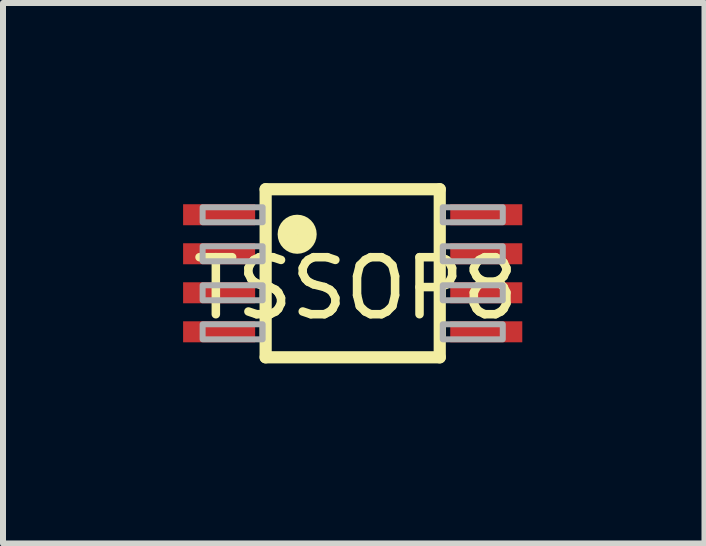
<source format=kicad_pcb>
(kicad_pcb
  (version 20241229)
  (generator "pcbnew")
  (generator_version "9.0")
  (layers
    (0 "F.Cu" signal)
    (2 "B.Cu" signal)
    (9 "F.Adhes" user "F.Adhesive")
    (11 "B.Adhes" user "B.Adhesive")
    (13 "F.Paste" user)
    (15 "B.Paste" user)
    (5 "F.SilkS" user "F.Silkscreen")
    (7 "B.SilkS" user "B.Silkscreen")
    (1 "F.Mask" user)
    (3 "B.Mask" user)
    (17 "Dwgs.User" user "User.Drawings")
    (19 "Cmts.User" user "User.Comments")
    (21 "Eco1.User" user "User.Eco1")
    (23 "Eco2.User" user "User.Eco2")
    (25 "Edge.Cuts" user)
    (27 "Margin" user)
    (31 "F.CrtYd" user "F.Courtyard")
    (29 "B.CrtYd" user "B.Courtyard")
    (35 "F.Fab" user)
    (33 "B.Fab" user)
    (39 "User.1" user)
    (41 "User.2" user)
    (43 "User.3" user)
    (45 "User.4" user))
  (footprint "TSSOP8"
    (layer "F.Cu")
    (at 2.825 1.502)
    (property "Reference" "TSSOP8" (at 0.05 0.25 0) (layer "F.SilkS") (effects (font (size 0.95 0.95) (thickness 0.142))))
    (attr through_hole)
    (fp_line (start -1.45 -1.4) (end -1.45 1.4) (stroke (width 0.203) (type solid)) (layer "F.SilkS"))
    (fp_line (start -1.45 1.4) (end 1.45 1.4) (stroke (width 0.203) (type solid)) (layer "F.SilkS"))
    (fp_line (start 1.45 -1.4) (end -1.45 -1.4) (stroke (width 0.203) (type solid)) (layer "F.SilkS"))
    (fp_line (start 1.45 1.4) (end 1.45 -1.4) (stroke (width 0.203) (type solid)) (layer "F.SilkS"))
    (fp_circle (center -0.925 -0.65) (end -0.762 -0.65) (stroke (width 0.325) (type solid)) (fill no) (layer "F.SilkS"))
    (fp_poly (pts (xy -2.5 -0.85) (xy -1.5 -0.85) (xy -1.5 -1.1) (xy -2.5 -1.1)) (stroke (width 0.1) (type solid)) (fill no) (layer "F.Fab"))
    (fp_poly (pts (xy -2.5 -0.2) (xy -1.5 -0.2) (xy -1.5 -0.45) (xy -2.5 -0.45)) (stroke (width 0.1) (type solid)) (fill no) (layer "F.Fab"))
    (fp_poly (pts (xy -2.5 0.45) (xy -1.5 0.45) (xy -1.5 0.2) (xy -2.5 0.2)) (stroke (width 0.1) (type solid)) (fill no) (layer "F.Fab"))
    (fp_poly (pts (xy -2.5 1.1) (xy -1.5 1.1) (xy -1.5 0.85) (xy -2.5 0.85)) (stroke (width 0.1) (type solid)) (fill no) (layer "F.Fab"))
    (fp_poly (pts (xy 1.5 -0.85) (xy 2.5 -0.85) (xy 2.5 -1.1) (xy 1.5 -1.1)) (stroke (width 0.1) (type solid)) (fill no) (layer "F.Fab"))
    (fp_poly (pts (xy 1.5 -0.2) (xy 2.5 -0.2) (xy 2.5 -0.45) (xy 1.5 -0.45)) (stroke (width 0.1) (type solid)) (fill no) (layer "F.Fab"))
    (fp_poly (pts (xy 1.5 0.45) (xy 2.5 0.45) (xy 2.5 0.2) (xy 1.5 0.2)) (stroke (width 0.1) (type solid)) (fill no) (layer "F.Fab"))
    (fp_poly (pts (xy 1.5 1.1) (xy 2.5 1.1) (xy 2.5 0.85) (xy 1.5 0.85)) (stroke (width 0.1) (type solid)) (fill no) (layer "F.Fab"))
    (pad "1" smd rect (at -2.225 -0.975) (size 1.2 0.35) (layers "F.Cu" "F.Mask" "F.Paste"))
    (pad "2" smd rect (at -2.225 -0.325) (size 1.2 0.35) (layers "F.Cu" "F.Mask" "F.Paste"))
    (pad "3" smd rect (at -2.225 0.325) (size 1.2 0.35) (layers "F.Cu" "F.Mask" "F.Paste"))
    (pad "4" smd rect (at -2.225 0.975) (size 1.2 0.35) (layers "F.Cu" "F.Mask" "F.Paste"))
    (pad "5" smd rect (at 2.225 0.975) (size 1.2 0.35) (layers "F.Cu" "F.Mask" "F.Paste"))
    (pad "6" smd rect (at 2.225 0.325) (size 1.2 0.35) (layers "F.Cu" "F.Mask" "F.Paste"))
    (pad "7" smd rect (at 2.225 -0.325) (size 1.2 0.35) (layers "F.Cu" "F.Mask" "F.Paste"))
    (pad "8" smd rect (at 2.225 -0.975) (size 1.2 0.35) (layers "F.Cu" "F.Mask" "F.Paste")))
  (gr_rect
    (start -3 -3)
    (end 8.685 6.003)
    (stroke (width 0.1) (type default))
    (fill no)
    (layer "Edge.Cuts")))
</source>
